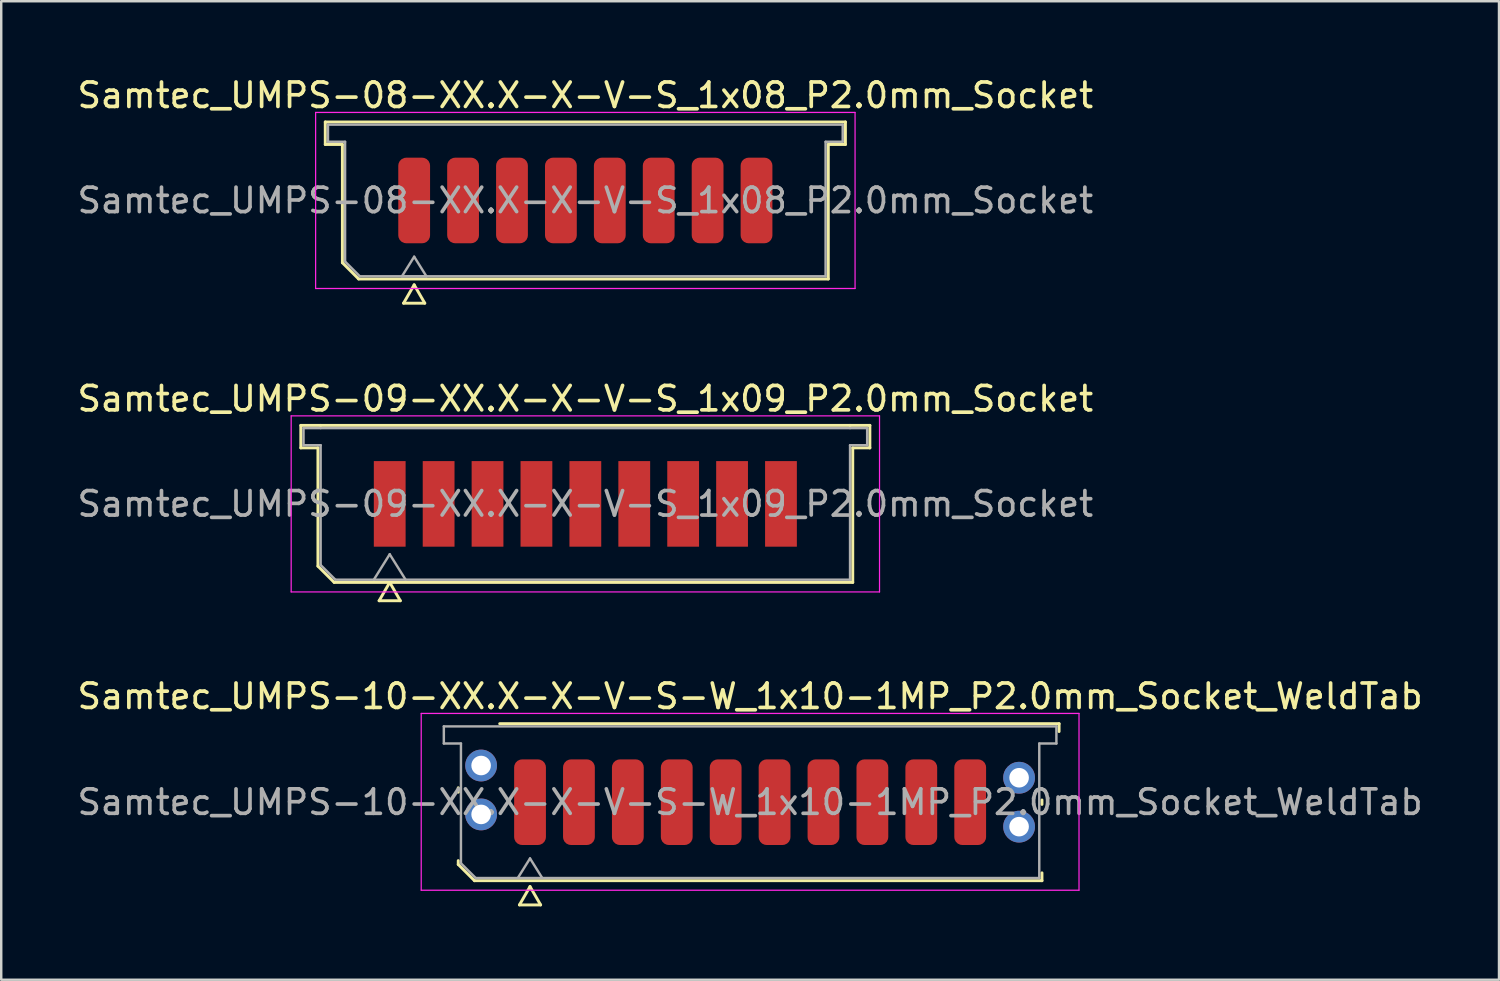
<source format=kicad_pcb>
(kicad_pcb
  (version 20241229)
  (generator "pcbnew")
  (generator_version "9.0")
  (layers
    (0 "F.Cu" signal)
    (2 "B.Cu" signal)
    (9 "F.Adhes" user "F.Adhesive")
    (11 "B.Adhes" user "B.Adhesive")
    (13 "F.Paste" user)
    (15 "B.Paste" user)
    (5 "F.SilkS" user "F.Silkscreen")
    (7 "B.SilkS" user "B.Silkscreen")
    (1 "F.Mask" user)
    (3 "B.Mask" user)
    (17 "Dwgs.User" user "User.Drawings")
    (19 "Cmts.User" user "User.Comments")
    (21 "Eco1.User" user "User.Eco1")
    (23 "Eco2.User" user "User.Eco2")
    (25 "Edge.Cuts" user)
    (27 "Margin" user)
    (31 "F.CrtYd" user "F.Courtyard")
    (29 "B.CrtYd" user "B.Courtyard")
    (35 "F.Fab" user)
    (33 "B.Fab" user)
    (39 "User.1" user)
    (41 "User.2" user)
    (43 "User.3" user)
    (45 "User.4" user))
  (footprint "Samtec_UMPS-09-XX.X-X-V-S_1x09_P2.0mm_Socket"
    (layer "F.Cu")
    (at 20.887 17.556)
    (property "Reference" "Samtec_UMPS-09-XX.X-X-V-S_1x09_P2.0mm_Socket" (at 0 -4.3 0) (layer "F.SilkS") (effects (font (size 1 1) (thickness 0.15))))
    (attr smd)
    (fp_line (start -11.635 -3.21) (end -10.825 -3.21) (stroke (width 0.12) (type solid)) (layer "F.SilkS"))
    (fp_line (start -11.635 -2.29) (end -11.635 -3.21) (stroke (width 0.12) (type solid)) (layer "F.SilkS"))
    (fp_line (start -10.935 -2.29) (end -11.635 -2.29) (stroke (width 0.12) (type solid)) (layer "F.SilkS"))
    (fp_line (start -10.935 2.546) (end -10.935 -2.29) (stroke (width 0.12) (type solid)) (layer "F.SilkS"))
    (fp_line (start -10.825 -3.21) (end 10.825 -3.21) (stroke (width 0.12) (type solid)) (layer "F.SilkS"))
    (fp_line (start -10.271 3.21) (end -10.935 2.546) (stroke (width 0.12) (type solid)) (layer "F.SilkS"))
    (fp_line (start -8.433 3.96) (end -8 3.21) (stroke (width 0.12) (type solid)) (layer "F.SilkS"))
    (fp_line (start -8 3.21) (end -7.567 3.96) (stroke (width 0.12) (type solid)) (layer "F.SilkS"))
    (fp_line (start -7.567 3.96) (end -8.433 3.96) (stroke (width 0.12) (type solid)) (layer "F.SilkS"))
    (fp_line (start 10.825 -3.21) (end 11.635 -3.21) (stroke (width 0.12) (type solid)) (layer "F.SilkS"))
    (fp_line (start 10.935 -2.29) (end 10.935 3.21) (stroke (width 0.12) (type solid)) (layer "F.SilkS"))
    (fp_line (start 10.935 3.21) (end -10.271 3.21) (stroke (width 0.12) (type solid)) (layer "F.SilkS"))
    (fp_line (start 11.635 -3.21) (end 11.635 -2.29) (stroke (width 0.12) (type solid)) (layer "F.SilkS"))
    (fp_line (start 11.635 -2.29) (end 10.935 -2.29) (stroke (width 0.12) (type solid)) (layer "F.SilkS"))
    (fp_line (start -12.03 -3.6) (end -12.03 3.6) (stroke (width 0.05) (type solid)) (layer "F.CrtYd"))
    (fp_line (start -12.03 3.6) (end 12.03 3.6) (stroke (width 0.05) (type solid)) (layer "F.CrtYd"))
    (fp_line (start 12.03 -3.6) (end -12.03 -3.6) (stroke (width 0.05) (type solid)) (layer "F.CrtYd"))
    (fp_line (start 12.03 3.6) (end 12.03 -3.6) (stroke (width 0.05) (type solid)) (layer "F.CrtYd"))
    (fp_line (start -11.525 -3.1) (end -10.825 -3.1) (stroke (width 0.1) (type solid)) (layer "F.Fab"))
    (fp_line (start -11.525 -2.4) (end -11.525 -3.1) (stroke (width 0.1) (type solid)) (layer "F.Fab"))
    (fp_line (start -10.825 -3.1) (end 10.825 -3.1) (stroke (width 0.1) (type solid)) (layer "F.Fab"))
    (fp_line (start -10.825 -2.4) (end -11.525 -2.4) (stroke (width 0.1) (type solid)) (layer "F.Fab"))
    (fp_line (start -10.825 2.5) (end -10.825 -2.4) (stroke (width 0.1) (type solid)) (layer "F.Fab"))
    (fp_line (start -10.225 3.1) (end -10.825 2.5) (stroke (width 0.1) (type solid)) (layer "F.Fab"))
    (fp_line (start -8 2.06) (end -8.65 3.1) (stroke (width 0.1) (type solid)) (layer "F.Fab"))
    (fp_line (start -8 2.06) (end -7.35 3.1) (stroke (width 0.1) (type solid)) (layer "F.Fab"))
    (fp_line (start 10.825 -3.1) (end 11.525 -3.1) (stroke (width 0.1) (type solid)) (layer "F.Fab"))
    (fp_line (start 10.825 -2.4) (end 10.825 3.1) (stroke (width 0.1) (type solid)) (layer "F.Fab"))
    (fp_line (start 10.825 3.1) (end -10.225 3.1) (stroke (width 0.1) (type solid)) (layer "F.Fab"))
    (fp_line (start 11.525 -3.1) (end 11.525 -2.4) (stroke (width 0.1) (type solid)) (layer "F.Fab"))
    (fp_line (start 11.525 -2.4) (end 10.825 -2.4) (stroke (width 0.1) (type solid)) (layer "F.Fab"))
    (fp_text user "${REFERENCE}" (at 0 0 0) (layer "F.Fab") (effects (font (size 1 1) (thickness 0.15))))
    (pad "1" smd rect (at -8 0) (size 1.3 3.5) (layers "F.Cu" "F.Mask" "F.Paste"))
    (pad "2" smd rect (at -6 0) (size 1.3 3.5) (layers "F.Cu" "F.Mask" "F.Paste"))
    (pad "3" smd rect (at -4 0) (size 1.3 3.5) (layers "F.Cu" "F.Mask" "F.Paste"))
    (pad "4" smd rect (at -2 0) (size 1.3 3.5) (layers "F.Cu" "F.Mask" "F.Paste"))
    (pad "5" smd rect (at 0 0) (size 1.3 3.5) (layers "F.Cu" "F.Mask" "F.Paste"))
    (pad "6" smd rect (at 2 0) (size 1.3 3.5) (layers "F.Cu" "F.Mask" "F.Paste"))
    (pad "7" smd rect (at 4 0) (size 1.3 3.5) (layers "F.Cu" "F.Mask" "F.Paste"))
    (pad "8" smd rect (at 6 0) (size 1.3 3.5) (layers "F.Cu" "F.Mask" "F.Paste"))
    (pad "9" smd rect (at 8 0) (size 1.3 3.5) (layers "F.Cu" "F.Mask" "F.Paste")))
  (footprint "Samtec_UMPS-10-XX.X-X-V-S-W_1x10-1MP_P2.0mm_Socket_WeldTab"
    (layer "F.Cu")
    (at 27.625 29.755)
    (property "Reference" "Samtec_UMPS-10-XX.X-X-V-S-W_1x10-1MP_P2.0mm_Socket_WeldTab" (at 0 -4.33 0) (layer "F.SilkS") (effects (font (size 1 1) (thickness 0.15))))
    (attr smd)
    (fp_line (start -11.935 -0.41) (end -11.935 -0.59) (stroke (width 0.12) (type solid)) (layer "F.SilkS"))
    (fp_line (start -11.935 2.546) (end -11.935 2.39) (stroke (width 0.12) (type solid)) (layer "F.SilkS"))
    (fp_line (start -11.271 3.21) (end -11.935 2.546) (stroke (width 0.12) (type solid)) (layer "F.SilkS"))
    (fp_line (start -10.24 -3.21) (end 12.635 -3.21) (stroke (width 0.12) (type solid)) (layer "F.SilkS"))
    (fp_line (start -9.433 4.2) (end -9 3.45) (stroke (width 0.12) (type solid)) (layer "F.SilkS"))
    (fp_line (start -9 3.45) (end -8.567 4.2) (stroke (width 0.12) (type solid)) (layer "F.SilkS"))
    (fp_line (start -8.567 4.2) (end -9.433 4.2) (stroke (width 0.12) (type solid)) (layer "F.SilkS"))
    (fp_line (start 11.935 -0.09) (end 11.935 0.09) (stroke (width 0.12) (type solid)) (layer "F.SilkS"))
    (fp_line (start 11.935 2.89) (end 11.935 3.21) (stroke (width 0.12) (type solid)) (layer "F.SilkS"))
    (fp_line (start 11.935 3.21) (end -11.271 3.21) (stroke (width 0.12) (type solid)) (layer "F.SilkS"))
    (fp_line (start 12.635 -3.21) (end 12.635 -2.89) (stroke (width 0.12) (type solid)) (layer "F.SilkS"))
    (fp_line (start -13.45 -3.63) (end -13.45 3.6) (stroke (width 0.05) (type solid)) (layer "F.CrtYd"))
    (fp_line (start -13.45 3.6) (end 13.45 3.6) (stroke (width 0.05) (type solid)) (layer "F.CrtYd"))
    (fp_line (start 13.45 -3.63) (end -13.45 -3.63) (stroke (width 0.05) (type solid)) (layer "F.CrtYd"))
    (fp_line (start 13.45 3.6) (end 13.45 -3.63) (stroke (width 0.05) (type solid)) (layer "F.CrtYd"))
    (fp_line (start -12.525 -3.1) (end 12.525 -3.1) (stroke (width 0.1) (type solid)) (layer "F.Fab"))
    (fp_line (start -12.525 -2.4) (end -12.525 -3.1) (stroke (width 0.1) (type solid)) (layer "F.Fab"))
    (fp_line (start -11.825 -2.4) (end -12.525 -2.4) (stroke (width 0.1) (type solid)) (layer "F.Fab"))
    (fp_line (start -11.825 2.5) (end -11.825 -2.4) (stroke (width 0.1) (type solid)) (layer "F.Fab"))
    (fp_line (start -11.225 3.1) (end -11.825 2.5) (stroke (width 0.1) (type solid)) (layer "F.Fab"))
    (fp_line (start -9.5 3.1) (end -9 2.3) (stroke (width 0.1) (type solid)) (layer "F.Fab"))
    (fp_line (start -9 2.3) (end -8.5 3.1) (stroke (width 0.1) (type solid)) (layer "F.Fab"))
    (fp_line (start 11.825 -2.4) (end 11.825 3.1) (stroke (width 0.1) (type solid)) (layer "F.Fab"))
    (fp_line (start 11.825 3.1) (end -11.225 3.1) (stroke (width 0.1) (type solid)) (layer "F.Fab"))
    (fp_line (start 12.525 -3.1) (end 12.525 -2.4) (stroke (width 0.1) (type solid)) (layer "F.Fab"))
    (fp_line (start 12.525 -2.4) (end 11.825 -2.4) (stroke (width 0.1) (type solid)) (layer "F.Fab"))
    (fp_text user "${REFERENCE}" (at 0 0 0) (layer "F.Fab") (effects (font (size 1 1) (thickness 0.15))))
    (pad "" smd rect (at -11.725 -1.99) (size 2.45 2.28) (layers "F.Paste"))
    (pad "" smd rect (at -11.725 0.99) (size 2.45 2.28) (layers "F.Paste"))
    (pad "" smd rect (at 11.725 -1.49) (size 2.45 2.28) (layers "F.Paste"))
    (pad "" smd rect (at 11.725 1.49) (size 2.45 2.28) (layers "F.Paste"))
    (pad "1" smd roundrect (at -9 0) (size 1.3 3.5) (layers "F.Cu" "F.Mask" "F.Paste") (roundrect_rratio 0.25))
    (pad "2" smd roundrect (at -7 0) (size 1.3 3.5) (layers "F.Cu" "F.Mask" "F.Paste") (roundrect_rratio 0.25))
    (pad "3" smd roundrect (at -5 0) (size 1.3 3.5) (layers "F.Cu" "F.Mask" "F.Paste") (roundrect_rratio 0.25))
    (pad "4" smd roundrect (at -3 0) (size 1.3 3.5) (layers "F.Cu" "F.Mask" "F.Paste") (roundrect_rratio 0.25))
    (pad "5" smd roundrect (at -1 0) (size 1.3 3.5) (layers "F.Cu" "F.Mask" "F.Paste") (roundrect_rratio 0.25))
    (pad "6" smd roundrect (at 1 0) (size 1.3 3.5) (layers "F.Cu" "F.Mask" "F.Paste") (roundrect_rratio 0.25))
    (pad "7" smd roundrect (at 3 0) (size 1.3 3.5) (layers "F.Cu" "F.Mask" "F.Paste") (roundrect_rratio 0.25))
    (pad "8" smd roundrect (at 5 0) (size 1.3 3.5) (layers "F.Cu" "F.Mask" "F.Paste") (roundrect_rratio 0.25))
    (pad "9" smd roundrect (at 7 0) (size 1.3 3.5) (layers "F.Cu" "F.Mask" "F.Paste") (roundrect_rratio 0.25))
    (pad "10" smd roundrect (at 9 0) (size 1.3 3.5) (layers "F.Cu" "F.Mask" "F.Paste") (roundrect_rratio 0.25))
    (pad "MP" thru_hole circle (at -11 -1.5) (size 1.3 1.3) (drill 0.8) (layers "*.Cu" "*.Mask"))
    (pad "MP" thru_hole circle (at -11 0.5) (size 1.3 1.3) (drill 0.8) (layers "*.Cu" "*.Mask"))
    (pad "MP" thru_hole circle (at 11 -1) (size 1.3 1.3) (drill 0.8) (layers "*.Cu" "*.Mask"))
    (pad "MP" thru_hole circle (at 11 1) (size 1.3 1.3) (drill 0.8) (layers "*.Cu" "*.Mask")))
  (footprint "Samtec_UMPS-08-XX.X-X-V-S_1x08_P2.0mm_Socket"
    (layer "F.Cu")
    (at 20.887 5.148)
    (property "Reference" "Samtec_UMPS-08-XX.X-X-V-S_1x08_P2.0mm_Socket" (at 0 -4.3 0) (layer "F.SilkS") (effects (font (size 1 1) (thickness 0.15))))
    (attr smd)
    (fp_line (start -10.635 -3.21) (end 10.635 -3.21) (stroke (width 0.12) (type solid)) (layer "F.SilkS"))
    (fp_line (start -10.635 -2.29) (end -10.635 -3.21) (stroke (width 0.12) (type solid)) (layer "F.SilkS"))
    (fp_line (start -9.935 -2.29) (end -10.635 -2.29) (stroke (width 0.12) (type solid)) (layer "F.SilkS"))
    (fp_line (start -9.935 2.546) (end -9.935 -2.29) (stroke (width 0.12) (type solid)) (layer "F.SilkS"))
    (fp_line (start -9.271 3.21) (end -9.935 2.546) (stroke (width 0.12) (type solid)) (layer "F.SilkS"))
    (fp_line (start -7.433 4.2) (end -7 3.45) (stroke (width 0.12) (type solid)) (layer "F.SilkS"))
    (fp_line (start -7 3.45) (end -6.567 4.2) (stroke (width 0.12) (type solid)) (layer "F.SilkS"))
    (fp_line (start -6.567 4.2) (end -7.433 4.2) (stroke (width 0.12) (type solid)) (layer "F.SilkS"))
    (fp_line (start 9.935 -2.29) (end 9.935 3.21) (stroke (width 0.12) (type solid)) (layer "F.SilkS"))
    (fp_line (start 9.935 3.21) (end -9.271 3.21) (stroke (width 0.12) (type solid)) (layer "F.SilkS"))
    (fp_line (start 10.635 -3.21) (end 10.635 -2.29) (stroke (width 0.12) (type solid)) (layer "F.SilkS"))
    (fp_line (start 10.635 -2.29) (end 9.935 -2.29) (stroke (width 0.12) (type solid)) (layer "F.SilkS"))
    (fp_line (start -11.03 -3.6) (end -11.03 3.6) (stroke (width 0.05) (type solid)) (layer "F.CrtYd"))
    (fp_line (start -11.03 3.6) (end 11.03 3.6) (stroke (width 0.05) (type solid)) (layer "F.CrtYd"))
    (fp_line (start 11.03 -3.6) (end -11.03 -3.6) (stroke (width 0.05) (type solid)) (layer "F.CrtYd"))
    (fp_line (start 11.03 3.6) (end 11.03 -3.6) (stroke (width 0.05) (type solid)) (layer "F.CrtYd"))
    (fp_line (start -10.525 -3.1) (end 10.525 -3.1) (stroke (width 0.1) (type solid)) (layer "F.Fab"))
    (fp_line (start -10.525 -2.4) (end -10.525 -3.1) (stroke (width 0.1) (type solid)) (layer "F.Fab"))
    (fp_line (start -9.825 -2.4) (end -10.525 -2.4) (stroke (width 0.1) (type solid)) (layer "F.Fab"))
    (fp_line (start -9.825 2.5) (end -9.825 -2.4) (stroke (width 0.1) (type solid)) (layer "F.Fab"))
    (fp_line (start -9.225 3.1) (end -9.825 2.5) (stroke (width 0.1) (type solid)) (layer "F.Fab"))
    (fp_line (start -7.5 3.1) (end -7 2.3) (stroke (width 0.1) (type solid)) (layer "F.Fab"))
    (fp_line (start -7 2.3) (end -6.5 3.1) (stroke (width 0.1) (type solid)) (layer "F.Fab"))
    (fp_line (start -6.5 3.1) (end -7.5 3.1) (stroke (width 0.1) (type solid)) (layer "F.Fab"))
    (fp_line (start 9.825 -2.4) (end 9.825 3.1) (stroke (width 0.1) (type solid)) (layer "F.Fab"))
    (fp_line (start 9.825 3.1) (end -9.225 3.1) (stroke (width 0.1) (type solid)) (layer "F.Fab"))
    (fp_line (start 10.525 -3.1) (end 10.525 -2.4) (stroke (width 0.1) (type solid)) (layer "F.Fab"))
    (fp_line (start 10.525 -2.4) (end 9.825 -2.4) (stroke (width 0.1) (type solid)) (layer "F.Fab"))
    (fp_text user "${REFERENCE}" (at 0 0 0) (layer "F.Fab") (effects (font (size 1 1) (thickness 0.15))))
    (pad "1" smd roundrect (at -7 0) (size 1.3 3.5) (layers "F.Cu" "F.Mask" "F.Paste") (roundrect_rratio 0.25))
    (pad "2" smd roundrect (at -5 0) (size 1.3 3.5) (layers "F.Cu" "F.Mask" "F.Paste") (roundrect_rratio 0.25))
    (pad "3" smd roundrect (at -3 0) (size 1.3 3.5) (layers "F.Cu" "F.Mask" "F.Paste") (roundrect_rratio 0.25))
    (pad "4" smd roundrect (at -1 0) (size 1.3 3.5) (layers "F.Cu" "F.Mask" "F.Paste") (roundrect_rratio 0.25))
    (pad "5" smd roundrect (at 1 0) (size 1.3 3.5) (layers "F.Cu" "F.Mask" "F.Paste") (roundrect_rratio 0.25))
    (pad "6" smd roundrect (at 3 0) (size 1.3 3.5) (layers "F.Cu" "F.Mask" "F.Paste") (roundrect_rratio 0.25))
    (pad "7" smd roundrect (at 5 0) (size 1.3 3.5) (layers "F.Cu" "F.Mask" "F.Paste") (roundrect_rratio 0.25))
    (pad "8" smd roundrect (at 7 0) (size 1.3 3.5) (layers "F.Cu" "F.Mask" "F.Paste") (roundrect_rratio 0.25)))
  (gr_rect
    (start -3 -3)
    (end 58.25 37.015)
    (stroke (width 0.1) (type default))
    (fill no)
    (layer "Edge.Cuts")))
</source>
